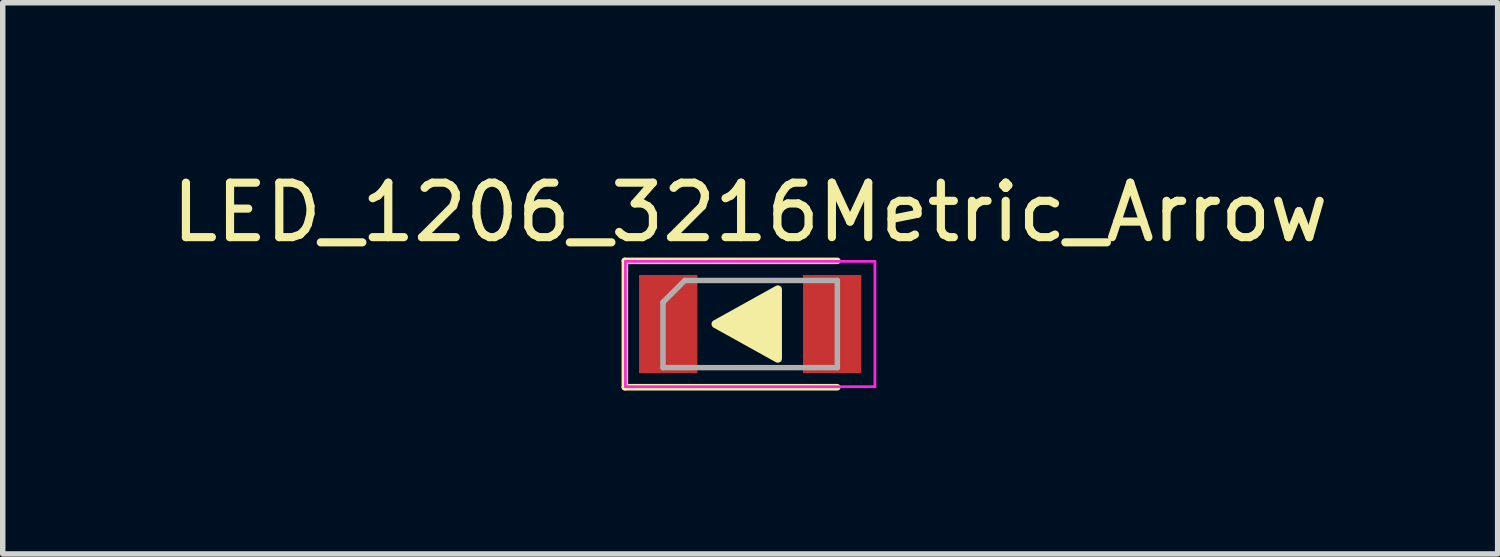
<source format=kicad_pcb>
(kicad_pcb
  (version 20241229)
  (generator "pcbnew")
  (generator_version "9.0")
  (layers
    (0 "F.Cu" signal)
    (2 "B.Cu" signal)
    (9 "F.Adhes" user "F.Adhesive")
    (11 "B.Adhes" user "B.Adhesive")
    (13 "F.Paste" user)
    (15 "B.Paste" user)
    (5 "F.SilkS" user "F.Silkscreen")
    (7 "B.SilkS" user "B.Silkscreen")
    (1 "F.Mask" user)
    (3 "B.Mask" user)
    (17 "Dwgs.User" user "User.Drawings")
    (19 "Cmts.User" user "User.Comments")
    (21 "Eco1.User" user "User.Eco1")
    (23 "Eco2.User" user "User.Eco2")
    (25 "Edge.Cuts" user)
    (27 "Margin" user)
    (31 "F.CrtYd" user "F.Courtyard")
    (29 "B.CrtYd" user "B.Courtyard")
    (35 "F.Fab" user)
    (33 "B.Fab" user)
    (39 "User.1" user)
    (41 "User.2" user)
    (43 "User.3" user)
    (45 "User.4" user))
  (footprint "LED_1206_3216Metric_Arrow"
    (layer "F.Cu")
    (at 10.72 2.898)
    (property "Reference" "LED_1206_3216Metric_Arrow" (at 0 -2.05 0) (layer "F.SilkS") (effects (font (size 1 1) (thickness 0.15))))
    (attr smd)
    (fp_line (start -2.3 -1.16) (end -2.3 1.16) (stroke (width 0.12) (type solid)) (layer "F.SilkS"))
    (fp_line (start -2.3 1.16) (end 1.6 1.16) (stroke (width 0.12) (type solid)) (layer "F.SilkS"))
    (fp_line (start 1.6 -1.16) (end -2.3 -1.16) (stroke (width 0.12) (type solid)) (layer "F.SilkS"))
    (fp_poly (pts (xy 0.508 -0.635) (xy 0.508 0.635) (xy -0.635 0)) (stroke (width 0.15) (type solid)) (fill yes) (layer "F.SilkS"))
    (fp_line (start -2.29 -1.15) (end 2.29 -1.15) (stroke (width 0.05) (type solid)) (layer "F.CrtYd"))
    (fp_line (start -2.29 1.15) (end -2.29 -1.15) (stroke (width 0.05) (type solid)) (layer "F.CrtYd"))
    (fp_line (start 2.29 -1.15) (end 2.29 1.15) (stroke (width 0.05) (type solid)) (layer "F.CrtYd"))
    (fp_line (start 2.29 1.15) (end -2.29 1.15) (stroke (width 0.05) (type solid)) (layer "F.CrtYd"))
    (fp_line (start -1.6 -0.4) (end -1.6 0.8) (stroke (width 0.1) (type solid)) (layer "F.Fab"))
    (fp_line (start -1.6 0.8) (end 1.6 0.8) (stroke (width 0.1) (type solid)) (layer "F.Fab"))
    (fp_line (start -1.2 -0.8) (end -1.6 -0.4) (stroke (width 0.1) (type solid)) (layer "F.Fab"))
    (fp_line (start 1.6 -0.8) (end -1.2 -0.8) (stroke (width 0.1) (type solid)) (layer "F.Fab"))
    (fp_line (start 1.6 0.8) (end 1.6 -0.8) (stroke (width 0.1) (type solid)) (layer "F.Fab"))
    (pad "1" smd rect (at -1.505 0) (size 1.07 1.8) (layers "F.Cu" "F.Mask" "F.Paste"))
    (pad "2" smd rect (at 1.505 0) (size 1.07 1.8) (layers "F.Cu" "F.Mask" "F.Paste")))
  (gr_rect
    (start -3 -3)
    (end 24.44 7.118)
    (stroke (width 0.1) (type default))
    (fill no)
    (layer "Edge.Cuts")))
</source>
